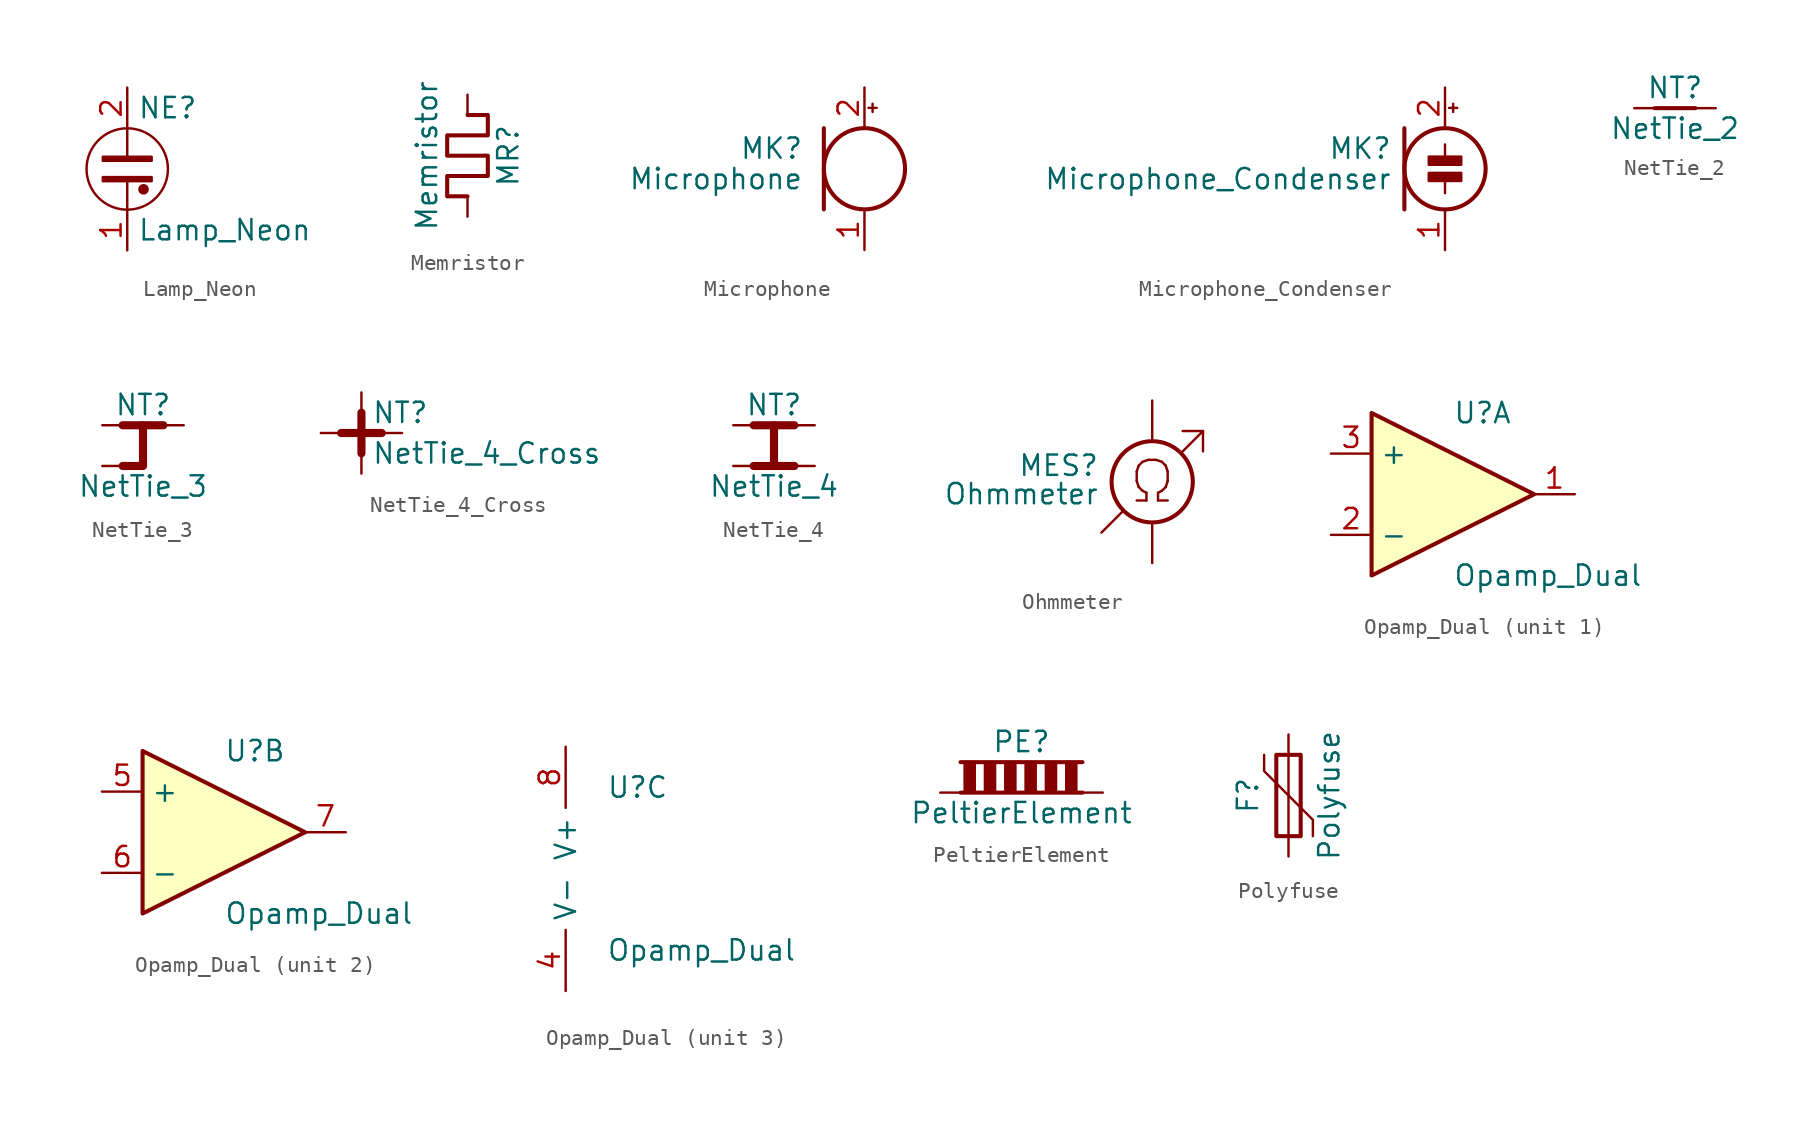
<source format=kicad_sym>
(kicad_symbol_lib
  (version 20211014)
  (generator kicad_symbol_editor)
  (symbol "Lamp_Neon"
    (pin_names
      (offset 0.025) hide)
    (property "Reference" "NE"
      (at 0.635 3.81 0)
      (effects (font (size 1.27 1.27)) (justify left)))
    (property "Value" "Lamp_Neon"
      (at 0.635 -3.81 0)
      (effects (font (size 1.27 1.27)) (justify left)))
    (symbol "Lamp_Neon_0_1"
      (rectangle (start -1.524 -0.508) (end 1.524 -0.762) (stroke (width 0) (type default) (color 0 0 0 0)) (fill (type outline)))
      (rectangle (start -1.524 0.762) (end 1.524 0.508) (stroke (width 0) (type default) (color 0 0 0 0)) (fill (type outline)))
      (polyline (pts (xy 0 -2.54) (xy 0 -0.762)) (stroke (width 0) (type default) (color 0 0 0 0)) (fill (type none)))
      (polyline (pts (xy 0 0.762) (xy 0 2.54)) (stroke (width 0) (type default) (color 0 0 0 0)) (fill (type none)))
      (circle (center 0 0) (radius 2.54) (stroke (width 0) (type default) (color 0 0 0 0)) (fill (type none)))
      (circle (center 1.016 -1.27) (radius 0.254) (stroke (width 0) (type default) (color 0 0 0 0)) (fill (type outline))))
    (symbol "Lamp_Neon_1_1"
      (pin passive line (at 0 -5.08 90) (length 2.54) (name "~" (effects (font (size 1.27 1.27)))) (number "1" (effects (font (size 1.27 1.27)))))
      (pin passive line (at 0 5.08 270) (length 2.54) (name "~" (effects (font (size 1.27 1.27)))) (number "2" (effects (font (size 1.27 1.27)))))))
  (symbol "Memristor"
    (pin_numbers hide)
    (pin_names
      (offset 0))
    (property "Reference" "MR"
      (at 2.54 0 90)
      (effects (font (size 1.27 1.27))))
    (property "Value" "Memristor"
      (at -2.54 0 90)
      (effects (font (size 1.27 1.27))))
    (symbol "Memristor_0_0"
      (polyline (pts (xy 0 2.54) (xy 1.27 2.54) (xy 1.27 1.27) (xy -1.27 1.27) (xy -1.27 0) (xy 1.27 0) (xy 1.27 -1.27) (xy -1.27 -1.27) (xy -1.27 -2.54) (xy 0 -2.54)) (stroke (width 0.254) (type default) (color 0 0 0 0)) (fill (type none))))
    (symbol "Memristor_1_1"
      (pin passive line (at 0 3.81 270) (length 1.27) (name "~" (effects (font (size 1.27 1.27)))) (number "1" (effects (font (size 1.27 1.27)))))
      (pin passive line (at 0 -3.81 90) (length 1.27) (name "~" (effects (font (size 1.27 1.27)))) (number "2" (effects (font (size 1.27 1.27)))))))
  (symbol "Microphone"
    (pin_names
      (offset 0.025) hide)
    (property "Reference" "MK"
      (at -3.81 1.27 0)
      (effects (font (size 1.27 1.27)) (justify right)))
    (property "Value" "Microphone"
      (at -3.81 -0.635 0)
      (effects (font (size 1.27 1.27)) (justify right)))
    (symbol "Microphone_0_1"
      (polyline (pts (xy -2.54 2.54) (xy -2.54 -2.54)) (stroke (width 0.254) (type default) (color 0 0 0 0)) (fill (type none)))
      (polyline (pts (xy 0.254 3.81) (xy 0.762 3.81)) (stroke (width 0) (type default) (color 0 0 0 0)) (fill (type none)))
      (polyline (pts (xy 0.508 4.064) (xy 0.508 3.556)) (stroke (width 0) (type default) (color 0 0 0 0)) (fill (type none)))
      (circle (center 0 0) (radius 2.54) (stroke (width 0.254) (type default) (color 0 0 0 0)) (fill (type none))))
    (symbol "Microphone_1_1"
      (pin passive line (at 0 -5.08 90) (length 2.54) (name "-" (effects (font (size 1.27 1.27)))) (number "1" (effects (font (size 1.27 1.27)))))
      (pin passive line (at 0 5.08 270) (length 2.54) (name "+" (effects (font (size 1.27 1.27)))) (number "2" (effects (font (size 1.27 1.27)))))))
  (symbol "Microphone_Condenser"
    (pin_names
      (offset 0.025) hide)
    (property "Reference" "MK"
      (at -3.302 1.27 0)
      (effects (font (size 1.27 1.27)) (justify right)))
    (property "Value" "Microphone_Condenser"
      (at -3.302 -0.635 0)
      (effects (font (size 1.27 1.27)) (justify right)))
    (symbol "Microphone_Condenser_0_1"
      (polyline (pts (xy -2.54 2.54) (xy -2.54 -2.54)) (stroke (width 0.254) (type default) (color 0 0 0 0)) (fill (type none)))
      (polyline (pts (xy 0 -0.762) (xy 0 -1.524)) (stroke (width 0) (type default) (color 0 0 0 0)) (fill (type none)))
      (polyline (pts (xy 0 0.762) (xy 0 1.524)) (stroke (width 0) (type default) (color 0 0 0 0)) (fill (type none)))
      (polyline (pts (xy 0.254 3.81) (xy 0.762 3.81)) (stroke (width 0) (type default) (color 0 0 0 0)) (fill (type none)))
      (polyline (pts (xy 0.508 4.064) (xy 0.508 3.556)) (stroke (width 0) (type default) (color 0 0 0 0)) (fill (type none)))
      (circle (center 0 0) (radius 2.54) (stroke (width 0.254) (type default) (color 0 0 0 0)) (fill (type none)))
      (rectangle (start 1.016 -0.254) (end -1.016 -0.762) (stroke (width 0) (type default) (color 0 0 0 0)) (fill (type outline)))
      (rectangle (start 1.016 0.762) (end -1.016 0.254) (stroke (width 0) (type default) (color 0 0 0 0)) (fill (type outline))))
    (symbol "Microphone_Condenser_1_1"
      (pin passive line (at 0 -5.08 90) (length 2.54) (name "-" (effects (font (size 1.27 1.27)))) (number "1" (effects (font (size 1.27 1.27)))))
      (pin passive line (at 0 5.08 270) (length 2.54) (name "+" (effects (font (size 1.27 1.27)))) (number "2" (effects (font (size 1.27 1.27)))))))
  (symbol "NetTie_2"
    (pin_numbers hide)
    (pin_names
      (offset 0) hide)
    (property "Reference" "NT"
      (at 0 1.27 0)
      (effects (font (size 1.27 1.27))))
    (property "Value" "NetTie_2"
      (at 0 -1.27 0)
      (effects (font (size 1.27 1.27))))
    (symbol "NetTie_2_0_1"
      (polyline (pts (xy -1.27 0) (xy 1.27 0)) (stroke (width 0.254) (type default) (color 0 0 0 0)) (fill (type none))))
    (symbol "NetTie_2_1_1"
      (pin passive line (at -2.54 0 0) (length 2.54) (name "1" (effects (font (size 1.27 1.27)))) (number "1" (effects (font (size 1.27 1.27)))))
      (pin passive line (at 2.54 0 180) (length 2.54) (name "2" (effects (font (size 1.27 1.27)))) (number "2" (effects (font (size 1.27 1.27)))))))
  (symbol "NetTie_3"
    (pin_numbers hide)
    (pin_names
      (offset 0) hide)
    (property "Reference" "NT"
      (at 0 1.27 0)
      (effects (font (size 1.27 1.27))))
    (property "Value" "NetTie_3"
      (at 0 -3.81 0)
      (effects (font (size 1.27 1.27))))
    (symbol "NetTie_3_0_1"
      (polyline (pts (xy -1.27 0) (xy 1.27 0)) (stroke (width 0.508) (type default) (color 0 0 0 0)) (fill (type none)))
      (polyline (pts (xy 0 0) (xy 0 -2.54) (xy -1.27 -2.54)) (stroke (width 0.508) (type default) (color 0 0 0 0)) (fill (type none))))
    (symbol "NetTie_3_1_1"
      (pin passive line (at -2.54 0 0) (length 2.54) (name "1" (effects (font (size 1.27 1.27)))) (number "1" (effects (font (size 1.27 1.27)))))
      (pin passive line (at 2.54 0 180) (length 2.54) (name "2" (effects (font (size 1.27 1.27)))) (number "2" (effects (font (size 1.27 1.27)))))
      (pin passive line (at -2.54 -2.54 0) (length 2.54) (name "3" (effects (font (size 1.27 1.27)))) (number "3" (effects (font (size 1.27 1.27)))))))
  (symbol "NetTie_4_Cross"
    (pin_numbers hide)
    (pin_names
      (offset 0) hide)
    (property "Reference" "NT"
      (at 0.635 1.27 0)
      (effects (font (size 1.27 1.27)) (justify left)))
    (property "Value" "NetTie_4_Cross"
      (at 0.635 -1.27 0)
      (effects (font (size 1.27 1.27)) (justify left)))
    (symbol "NetTie_4_Cross_0_1"
      (polyline (pts (xy -1.27 0) (xy 1.27 0)) (stroke (width 0.508) (type default) (color 0 0 0 0)) (fill (type none)))
      (polyline (pts (xy 0 -1.27) (xy 0 1.27)) (stroke (width 0.508) (type default) (color 0 0 0 0)) (fill (type none))))
    (symbol "NetTie_4_Cross_1_1"
      (pin passive line (at -2.54 0 0) (length 2.54) (name "1" (effects (font (size 1.27 1.27)))) (number "1" (effects (font (size 1.27 1.27)))))
      (pin passive line (at 2.54 0 180) (length 2.54) (name "2" (effects (font (size 1.27 1.27)))) (number "2" (effects (font (size 1.27 1.27)))))
      (pin passive line (at 0 2.54 270) (length 2.54) (name "3" (effects (font (size 1.27 1.27)))) (number "3" (effects (font (size 1.27 1.27)))))
      (pin passive line (at 0 -2.54 90) (length 2.54) (name "4" (effects (font (size 1.27 1.27)))) (number "4" (effects (font (size 1.27 1.27)))))))
  (symbol "NetTie_4"
    (pin_numbers hide)
    (pin_names
      (offset 0) hide)
    (property "Reference" "NT"
      (at 0 1.27 0)
      (effects (font (size 1.27 1.27))))
    (property "Value" "NetTie_4"
      (at 0 -3.81 0)
      (effects (font (size 1.27 1.27))))
    (symbol "NetTie_4_0_1"
      (polyline (pts (xy -1.27 -2.54) (xy 1.27 -2.54)) (stroke (width 0.508) (type default) (color 0 0 0 0)) (fill (type none)))
      (polyline (pts (xy -1.27 0) (xy 1.27 0)) (stroke (width 0.508) (type default) (color 0 0 0 0)) (fill (type none)))
      (polyline (pts (xy 0 -2.54) (xy 0 0)) (stroke (width 0.508) (type default) (color 0 0 0 0)) (fill (type none))))
    (symbol "NetTie_4_1_1"
      (pin passive line (at -2.54 0 0) (length 2.54) (name "1" (effects (font (size 1.27 1.27)))) (number "1" (effects (font (size 1.27 1.27)))))
      (pin passive line (at 2.54 0 180) (length 2.54) (name "2" (effects (font (size 1.27 1.27)))) (number "2" (effects (font (size 1.27 1.27)))))
      (pin passive line (at -2.54 -2.54 0) (length 2.54) (name "3" (effects (font (size 1.27 1.27)))) (number "3" (effects (font (size 1.27 1.27)))))
      (pin passive line (at 2.54 -2.54 180) (length 2.54) (name "4" (effects (font (size 1.27 1.27)))) (number "4" (effects (font (size 1.27 1.27)))))))
  (symbol "Ohmmeter"
    (pin_numbers hide)
    (pin_names
      (offset 0.025) hide)
    (property "Reference" "MES"
      (at -3.302 1.016 0)
      (effects (font (size 1.27 1.27)) (justify right)))
    (property "Value" "Ohmmeter"
      (at -3.302 -0.762 0)
      (effects (font (size 1.27 1.27)) (justify right)))
    (symbol "Ohmmeter_0_0"
      (polyline (pts (xy -3.175 -3.175) (xy -1.905 -1.905)) (stroke (width 0) (type default) (color 0 0 0 0)) (fill (type none)))
      (polyline (pts (xy 1.905 1.905) (xy 3.175 3.175)) (stroke (width 0) (type default) (color 0 0 0 0)) (fill (type none)))
      (polyline (pts (xy 1.905 3.175) (xy 3.175 3.175) (xy 3.175 1.905)) (stroke (width 0) (type default) (color 0 0 0 0)) (fill (type none)))
      (text "Ω" (at 0 0 0) (effects (font (size 2.54 2.54)))))
    (symbol "Ohmmeter_0_1"
      (circle (center 0 0) (radius 2.54) (stroke (width 0.254) (type default) (color 0 0 0 0)) (fill (type none))))
    (symbol "Ohmmeter_1_1"
      (pin passive line (at 0 -5.08 90) (length 2.54) (name "-" (effects (font (size 1.27 1.27)))) (number "1" (effects (font (size 1.27 1.27)))))
      (pin passive line (at 0 5.08 270) (length 2.54) (name "+" (effects (font (size 1.27 1.27)))) (number "2" (effects (font (size 1.27 1.27)))))))
  (symbol "Opamp_Dual"
    (property "Reference" "U"
      (at 0 5.08 0)
      (effects (font (size 1.27 1.27)) (justify left)))
    (property "Value" "Opamp_Dual"
      (at 0 -5.08 0)
      (effects (font (size 1.27 1.27)) (justify left)))
    (property "ki_locked" ""
      (at 0 0 0)
      (effects (font (size 1.27 1.27))))
    (symbol "Opamp_Dual_1_1"
      (polyline (pts (xy -5.08 5.08) (xy 5.08 0) (xy -5.08 -5.08) (xy -5.08 5.08)) (stroke (width 0.254) (type default) (color 0 0 0 0)) (fill (type background)))
      (pin output line (at 7.62 0 180) (length 2.54) (name "~" (effects (font (size 1.27 1.27)))) (number "1" (effects (font (size 1.27 1.27)))))
      (pin input line (at -7.62 -2.54 0) (length 2.54) (name "-" (effects (font (size 1.27 1.27)))) (number "2" (effects (font (size 1.27 1.27)))))
      (pin input line (at -7.62 2.54 0) (length 2.54) (name "+" (effects (font (size 1.27 1.27)))) (number "3" (effects (font (size 1.27 1.27))))))
    (symbol "Opamp_Dual_2_1"
      (polyline (pts (xy -5.08 5.08) (xy 5.08 0) (xy -5.08 -5.08) (xy -5.08 5.08)) (stroke (width 0.254) (type default) (color 0 0 0 0)) (fill (type background)))
      (pin input line (at -7.62 2.54 0) (length 2.54) (name "+" (effects (font (size 1.27 1.27)))) (number "5" (effects (font (size 1.27 1.27)))))
      (pin input line (at -7.62 -2.54 0) (length 2.54) (name "-" (effects (font (size 1.27 1.27)))) (number "6" (effects (font (size 1.27 1.27)))))
      (pin output line (at 7.62 0 180) (length 2.54) (name "~" (effects (font (size 1.27 1.27)))) (number "7" (effects (font (size 1.27 1.27))))))
    (symbol "Opamp_Dual_3_1"
      (pin power_in line (at -2.54 -7.62 90) (length 3.81) (name "V-" (effects (font (size 1.27 1.27)))) (number "4" (effects (font (size 1.27 1.27)))))
      (pin power_in line (at -2.54 7.62 270) (length 3.81) (name "V+" (effects (font (size 1.27 1.27)))) (number "8" (effects (font (size 1.27 1.27)))))))
  (symbol "PeltierElement"
    (pin_numbers hide)
    (pin_names
      (offset 0))
    (property "Reference" "PE"
      (at 0 3.175 0)
      (effects (font (size 1.27 1.27))))
    (property "Value" "PeltierElement"
      (at 0 -1.27 0)
      (effects (font (size 1.27 1.27))))
    (symbol "PeltierElement_0_1"
      (rectangle (start -3.556 1.905) (end -2.921 0) (stroke (width 0) (type default) (color 0 0 0 0)) (fill (type outline)))
      (rectangle (start -2.286 1.905) (end -1.651 0) (stroke (width 0) (type default) (color 0 0 0 0)) (fill (type outline)))
      (rectangle (start -0.381 1.905) (end -1.016 0) (stroke (width 0) (type default) (color 0 0 0 0)) (fill (type outline)))
      (polyline (pts (xy -3.81 0) (xy 3.81 0)) (stroke (width 0.254) (type default) (color 0 0 0 0)) (fill (type outline)))
      (polyline (pts (xy -3.81 1.905) (xy 3.81 1.905)) (stroke (width 0.254) (type default) (color 0 0 0 0)) (fill (type none)))
      (rectangle (start 0.889 1.905) (end 0.254 0) (stroke (width 0) (type default) (color 0 0 0 0)) (fill (type outline)))
      (rectangle (start 1.524 0) (end 2.159 1.905) (stroke (width 0) (type default) (color 0 0 0 0)) (fill (type outline)))
      (rectangle (start 2.794 0) (end 3.429 1.905) (stroke (width 0) (type default) (color 0 0 0 0)) (fill (type outline))))
    (symbol "PeltierElement_1_1"
      (pin passive line (at -5.08 0 0) (length 1.27) (name "~" (effects (font (size 1.27 1.27)))) (number "1" (effects (font (size 1.27 1.27)))))
      (pin passive line (at 5.08 0 180) (length 1.27) (name "~" (effects (font (size 1.27 1.27)))) (number "2" (effects (font (size 1.27 1.27)))))))
  (symbol "Polyfuse"
    (pin_numbers hide)
    (pin_names
      (offset 0))
    (property "Reference" "F"
      (at -2.54 0 90)
      (effects (font (size 1.27 1.27))))
    (property "Value" "Polyfuse"
      (at 2.54 0 90)
      (effects (font (size 1.27 1.27))))
    (symbol "Polyfuse_0_1"
      (rectangle (start -0.762 2.54) (end 0.762 -2.54) (stroke (width 0.254) (type default) (color 0 0 0 0)) (fill (type none)))
      (polyline (pts (xy 0 2.54) (xy 0 -2.54)) (stroke (width 0) (type default) (color 0 0 0 0)) (fill (type none)))
      (polyline (pts (xy -1.524 2.54) (xy -1.524 1.524) (xy 1.524 -1.524) (xy 1.524 -2.54)) (stroke (width 0) (type default) (color 0 0 0 0)) (fill (type none))))
    (symbol "Polyfuse_1_1"
      (pin passive line (at 0 3.81 270) (length 1.27) (name "~" (effects (font (size 1.27 1.27)))) (number "1" (effects (font (size 1.27 1.27)))))
      (pin passive line (at 0 -3.81 90) (length 1.27) (name "~" (effects (font (size 1.27 1.27)))) (number "2" (effects (font (size 1.27 1.27))))))))
</source>
